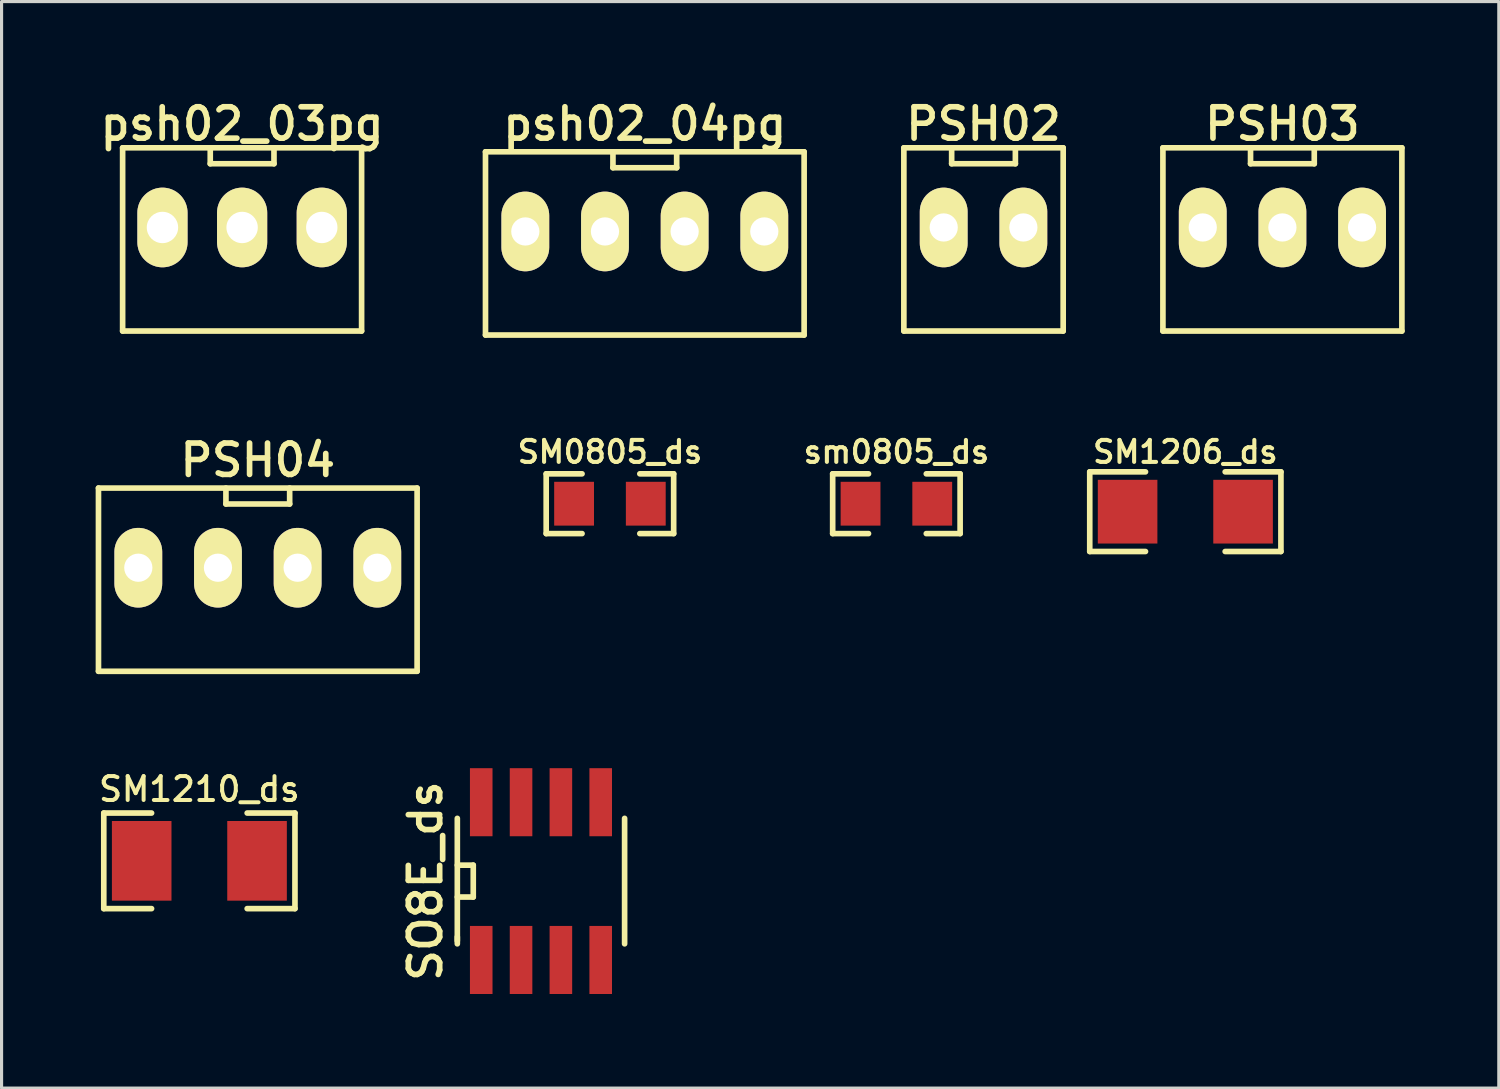
<source format=kicad_pcb>
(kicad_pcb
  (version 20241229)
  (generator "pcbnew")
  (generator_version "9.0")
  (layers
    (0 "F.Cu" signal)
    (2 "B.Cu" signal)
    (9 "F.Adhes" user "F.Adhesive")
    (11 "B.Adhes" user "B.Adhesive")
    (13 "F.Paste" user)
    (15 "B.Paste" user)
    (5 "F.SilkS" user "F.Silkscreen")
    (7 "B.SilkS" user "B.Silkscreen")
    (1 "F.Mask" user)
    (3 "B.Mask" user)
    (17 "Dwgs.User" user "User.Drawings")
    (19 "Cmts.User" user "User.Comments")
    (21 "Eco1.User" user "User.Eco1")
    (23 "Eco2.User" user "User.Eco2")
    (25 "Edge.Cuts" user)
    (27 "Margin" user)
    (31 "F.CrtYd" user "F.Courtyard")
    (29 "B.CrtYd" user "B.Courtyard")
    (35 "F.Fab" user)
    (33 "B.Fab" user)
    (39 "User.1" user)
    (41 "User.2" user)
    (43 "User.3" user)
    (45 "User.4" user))
  (footprint "PSH03"
    (layer "F.Cu")
    (at 37.84 4.203)
    (property "Reference" "PSH03" (at 0 -3.302 0) (layer "F.SilkS") (effects (font (size 1 1) (thickness 0.18))))
    (attr through_hole)
    (fp_line (start -3.81 -2.54) (end -3.81 3.302) (stroke (width 0.18) (type solid)) (layer "F.SilkS"))
    (fp_line (start -3.81 -2.54) (end 3.81 -2.54) (stroke (width 0.18) (type solid)) (layer "F.SilkS"))
    (fp_line (start -3.81 3.302) (end 3.81 3.302) (stroke (width 0.18) (type solid)) (layer "F.SilkS"))
    (fp_line (start -1.016 -2.54) (end -1.016 -2.032) (stroke (width 0.18) (type solid)) (layer "F.SilkS"))
    (fp_line (start -1.016 -2.032) (end 1.016 -2.032) (stroke (width 0.18) (type solid)) (layer "F.SilkS"))
    (fp_line (start 1.016 -2.032) (end 1.016 -2.54) (stroke (width 0.18) (type solid)) (layer "F.SilkS"))
    (fp_line (start 3.81 3.302) (end 3.81 -2.54) (stroke (width 0.18) (type solid)) (layer "F.SilkS"))
    (pad "1" thru_hole oval (at -2.54 0) (size 1.524 2.54) (drill 0.9) (layers "*.Cu" "*.Mask" "F.SilkS"))
    (pad "2" thru_hole oval (at 0 0) (size 1.524 2.54) (drill 0.9) (layers "*.Cu" "*.Mask" "F.SilkS"))
    (pad "3" thru_hole oval (at 2.54 0) (size 1.524 2.54) (drill 0.9) (layers "*.Cu" "*.Mask" "F.SilkS")))
  (footprint "sm0805_ds"
    (layer "F.Cu")
    (at 25.532 13.011)
    (property "Reference" "sm0805_ds" (at 0 -1.651 0) (layer "F.SilkS") (effects (font (size 0.7 0.7) (thickness 0.13))))
    (attr smd)
    (fp_line (start -2.032 -0.953) (end -2.032 0.953) (stroke (width 0.18) (type solid)) (layer "F.SilkS"))
    (fp_line (start -2.032 0.953) (end -0.889 0.953) (stroke (width 0.18) (type solid)) (layer "F.SilkS"))
    (fp_line (start -0.889 -0.953) (end -2.032 -0.953) (stroke (width 0.18) (type solid)) (layer "F.SilkS"))
    (fp_line (start 0.953 -0.953) (end 2.032 -0.953) (stroke (width 0.18) (type solid)) (layer "F.SilkS"))
    (fp_line (start 2.032 -0.953) (end 2.032 0.953) (stroke (width 0.18) (type solid)) (layer "F.SilkS"))
    (fp_line (start 2.032 0.953) (end 0.953 0.953) (stroke (width 0.18) (type solid)) (layer "F.SilkS"))
    (pad "1" smd rect (at -1.143 0) (size 1.27 1.397) (layers "F.Cu" "F.Mask" "F.Paste"))
    (pad "2" smd rect (at 1.143 0) (size 1.27 1.397) (layers "F.Cu" "F.Mask" "F.Paste")))
  (footprint "SM1206_ds"
    (layer "F.Cu")
    (at 34.745 13.265)
    (property "Reference" "SM1206_ds" (at 0 -1.905 0) (layer "F.SilkS") (effects (font (size 0.7 0.7) (thickness 0.13))))
    (attr smd)
    (fp_line (start -3.048 -1.27) (end -3.048 1.27) (stroke (width 0.18) (type solid)) (layer "F.SilkS"))
    (fp_line (start -3.048 1.27) (end -1.27 1.27) (stroke (width 0.18) (type solid)) (layer "F.SilkS"))
    (fp_line (start -1.27 -1.27) (end -3.048 -1.27) (stroke (width 0.18) (type solid)) (layer "F.SilkS"))
    (fp_line (start 1.27 -1.27) (end 3.048 -1.27) (stroke (width 0.18) (type solid)) (layer "F.SilkS"))
    (fp_line (start 3.048 -1.27) (end 3.048 1.27) (stroke (width 0.18) (type solid)) (layer "F.SilkS"))
    (fp_line (start 3.048 1.27) (end 1.27 1.27) (stroke (width 0.18) (type solid)) (layer "F.SilkS"))
    (pad "1" smd rect (at -1.841 0) (size 1.9 2.032) (layers "F.Cu" "F.Mask" "F.Paste"))
    (pad "2" smd rect (at 1.841 0) (size 1.9 2.032) (layers "F.Cu" "F.Mask" "F.Paste")))
  (footprint "PSH04"
    (layer "F.Cu")
    (at 5.17 15.052)
    (property "Reference" "PSH04" (at 0 -3.429 0) (layer "F.SilkS") (effects (font (size 1 1) (thickness 0.18))))
    (attr through_hole)
    (fp_line (start -5.08 -2.54) (end -5.08 3.302) (stroke (width 0.18) (type solid)) (layer "F.SilkS"))
    (fp_line (start -5.08 -2.54) (end 5.08 -2.54) (stroke (width 0.18) (type solid)) (layer "F.SilkS"))
    (fp_line (start -5.08 3.302) (end 5.08 3.302) (stroke (width 0.18) (type solid)) (layer "F.SilkS"))
    (fp_line (start -1.016 -2.54) (end -1.016 -2.032) (stroke (width 0.18) (type solid)) (layer "F.SilkS"))
    (fp_line (start -1.016 -2.032) (end 1.016 -2.032) (stroke (width 0.18) (type solid)) (layer "F.SilkS"))
    (fp_line (start 1.016 -2.032) (end 1.016 -2.54) (stroke (width 0.18) (type solid)) (layer "F.SilkS"))
    (fp_line (start 5.08 3.302) (end 5.08 -2.54) (stroke (width 0.18) (type solid)) (layer "F.SilkS"))
    (pad "1" thru_hole oval (at -3.81 0) (size 1.524 2.54) (drill 0.9) (layers "*.Cu" "*.Mask" "F.SilkS"))
    (pad "2" thru_hole oval (at -1.27 0) (size 1.524 2.54) (drill 0.9) (layers "*.Cu" "*.Mask" "F.SilkS"))
    (pad "3" thru_hole oval (at 1.27 0) (size 1.524 2.54) (drill 0.9) (layers "*.Cu" "*.Mask" "F.SilkS"))
    (pad "4" thru_hole oval (at 3.81 0) (size 1.524 2.54) (drill 0.9) (layers "*.Cu" "*.Mask" "F.SilkS")))
  (footprint "psh02_04pg"
    (layer "F.Cu")
    (at 17.51 4.33)
    (property "Reference" "psh02_04pg" (at 0 -3.429 0) (layer "F.SilkS") (effects (font (size 1 1) (thickness 0.18))))
    (attr through_hole)
    (fp_line (start -5.08 -2.54) (end -5.08 3.302) (stroke (width 0.18) (type solid)) (layer "F.SilkS"))
    (fp_line (start -5.08 -2.54) (end 5.08 -2.54) (stroke (width 0.18) (type solid)) (layer "F.SilkS"))
    (fp_line (start -5.08 3.302) (end 5.08 3.302) (stroke (width 0.18) (type solid)) (layer "F.SilkS"))
    (fp_line (start -1.016 -2.54) (end -1.016 -2.032) (stroke (width 0.18) (type solid)) (layer "F.SilkS"))
    (fp_line (start -1.016 -2.032) (end 1.016 -2.032) (stroke (width 0.18) (type solid)) (layer "F.SilkS"))
    (fp_line (start 1.016 -2.032) (end 1.016 -2.54) (stroke (width 0.18) (type solid)) (layer "F.SilkS"))
    (fp_line (start 5.08 3.302) (end 5.08 -2.54) (stroke (width 0.18) (type solid)) (layer "F.SilkS"))
    (pad "1" thru_hole oval (at -3.81 0) (size 1.524 2.54) (drill 0.9) (layers "*.Cu" "*.Mask" "F.SilkS"))
    (pad "2" thru_hole oval (at -1.27 0) (size 1.524 2.54) (drill 0.9) (layers "*.Cu" "*.Mask" "F.SilkS"))
    (pad "3" thru_hole oval (at 1.27 0) (size 1.524 2.54) (drill 0.9) (layers "*.Cu" "*.Mask" "F.SilkS"))
    (pad "4" thru_hole oval (at 3.81 0) (size 1.524 2.54) (drill 0.9) (layers "*.Cu" "*.Mask" "F.SilkS")))
  (footprint "SM0805_ds"
    (layer "F.Cu")
    (at 16.398 13.011)
    (property "Reference" "SM0805_ds" (at 0 -1.651 0) (layer "F.SilkS") (effects (font (size 0.7 0.7) (thickness 0.13))))
    (attr smd)
    (fp_line (start -2.032 -0.953) (end -2.032 0.953) (stroke (width 0.18) (type solid)) (layer "F.SilkS"))
    (fp_line (start -2.032 0.953) (end -0.889 0.953) (stroke (width 0.18) (type solid)) (layer "F.SilkS"))
    (fp_line (start -0.889 -0.953) (end -2.032 -0.953) (stroke (width 0.18) (type solid)) (layer "F.SilkS"))
    (fp_line (start 0.953 -0.953) (end 2.032 -0.953) (stroke (width 0.18) (type solid)) (layer "F.SilkS"))
    (fp_line (start 2.032 -0.953) (end 2.032 0.953) (stroke (width 0.18) (type solid)) (layer "F.SilkS"))
    (fp_line (start 2.032 0.953) (end 0.953 0.953) (stroke (width 0.18) (type solid)) (layer "F.SilkS"))
    (pad "1" smd rect (at -1.143 0) (size 1.27 1.397) (layers "F.Cu" "F.Mask" "F.Paste"))
    (pad "2" smd rect (at 1.143 0) (size 1.27 1.397) (layers "F.Cu" "F.Mask" "F.Paste")))
  (footprint "psh02_03pg"
    (layer "F.Cu")
    (at 4.67 4.203)
    (property "Reference" "psh02_03pg" (at 0 -3.302 0) (layer "F.SilkS") (effects (font (size 1 1) (thickness 0.18))))
    (attr through_hole)
    (fp_line (start -3.81 -2.54) (end -3.81 3.302) (stroke (width 0.18) (type solid)) (layer "F.SilkS"))
    (fp_line (start -3.81 -2.54) (end 3.81 -2.54) (stroke (width 0.18) (type solid)) (layer "F.SilkS"))
    (fp_line (start -3.81 3.302) (end 3.81 3.302) (stroke (width 0.18) (type solid)) (layer "F.SilkS"))
    (fp_line (start -1.016 -2.54) (end -1.016 -2.032) (stroke (width 0.18) (type solid)) (layer "F.SilkS"))
    (fp_line (start -1.016 -2.032) (end 1.016 -2.032) (stroke (width 0.18) (type solid)) (layer "F.SilkS"))
    (fp_line (start 1.016 -2.032) (end 1.016 -2.54) (stroke (width 0.18) (type solid)) (layer "F.SilkS"))
    (fp_line (start 3.81 3.302) (end 3.81 -2.54) (stroke (width 0.18) (type solid)) (layer "F.SilkS"))
    (pad "1" thru_hole oval (at -2.54 0) (size 1.6 2.54) (drill 1) (layers "*.Cu" "*.Mask" "F.SilkS"))
    (pad "2" thru_hole oval (at 0 0) (size 1.6 2.54) (drill 1) (layers "*.Cu" "*.Mask" "F.SilkS"))
    (pad "3" thru_hole oval (at 2.54 0) (size 1.6 2.54) (drill 1) (layers "*.Cu" "*.Mask" "F.SilkS")))
  (footprint "SO8E_ds"
    (layer "F.Cu")
    (at 14.199 25.044)
    (property "Reference" "SO8E_ds" (at -3.683 0 90) (layer "F.SilkS") (effects (font (size 1 1) (thickness 0.18))))
    (attr smd)
    (fp_line (start -2.667 -2) (end -2.667 2) (stroke (width 0.18) (type solid)) (layer "F.SilkS"))
    (fp_line (start -2.667 -0.508) (end -2.159 -0.508) (stroke (width 0.18) (type solid)) (layer "F.SilkS"))
    (fp_line (start -2.667 1.778) (end -2.667 1.905) (stroke (width 0.18) (type solid)) (layer "F.SilkS"))
    (fp_line (start -2.159 -0.508) (end -2.159 0.508) (stroke (width 0.18) (type solid)) (layer "F.SilkS"))
    (fp_line (start -2.159 0.508) (end -2.667 0.508) (stroke (width 0.18) (type solid)) (layer "F.SilkS"))
    (fp_line (start 2.667 -2) (end 2.667 2) (stroke (width 0.18) (type solid)) (layer "F.SilkS"))
    (pad "1" smd rect (at -1.905 2.515) (size 0.72 2.17) (layers "F.Cu" "F.Mask" "F.Paste"))
    (pad "2" smd rect (at -0.635 2.515) (size 0.72 2.17) (layers "F.Cu" "F.Mask" "F.Paste"))
    (pad "3" smd rect (at 0.635 2.515) (size 0.72 2.17) (layers "F.Cu" "F.Mask" "F.Paste"))
    (pad "4" smd rect (at 1.905 2.515) (size 0.72 2.17) (layers "F.Cu" "F.Mask" "F.Paste"))
    (pad "5" smd rect (at 1.905 -2.515) (size 0.72 2.17) (layers "F.Cu" "F.Mask" "F.Paste"))
    (pad "6" smd rect (at 0.635 -2.515) (size 0.72 2.17) (layers "F.Cu" "F.Mask" "F.Paste"))
    (pad "7" smd rect (at -0.635 -2.515) (size 0.72 2.17) (layers "F.Cu" "F.Mask" "F.Paste"))
    (pad "8" smd rect (at -1.905 -2.515) (size 0.72 2.17) (layers "F.Cu" "F.Mask" "F.Paste")))
  (footprint "PSH02"
    (layer "F.Cu")
    (at 28.31 4.203)
    (property "Reference" "PSH02" (at 0 -3.302 0) (layer "F.SilkS") (effects (font (size 1 1) (thickness 0.18))))
    (attr through_hole)
    (fp_line (start -2.54 -2.54) (end -2.54 3.302) (stroke (width 0.18) (type solid)) (layer "F.SilkS"))
    (fp_line (start -2.54 3.302) (end 2.54 3.302) (stroke (width 0.18) (type solid)) (layer "F.SilkS"))
    (fp_line (start -1.016 -2.54) (end -1.016 -2.032) (stroke (width 0.18) (type solid)) (layer "F.SilkS"))
    (fp_line (start -1.016 -2.032) (end 1.016 -2.032) (stroke (width 0.18) (type solid)) (layer "F.SilkS"))
    (fp_line (start 1.016 -2.032) (end 1.016 -2.54) (stroke (width 0.18) (type solid)) (layer "F.SilkS"))
    (fp_line (start 2.54 -2.54) (end -2.54 -2.54) (stroke (width 0.18) (type solid)) (layer "F.SilkS"))
    (fp_line (start 2.54 3.302) (end 2.54 -2.54) (stroke (width 0.18) (type solid)) (layer "F.SilkS"))
    (pad "1" thru_hole oval (at -1.27 0) (size 1.524 2.54) (drill 0.9) (layers "*.Cu" "*.Mask" "F.SilkS"))
    (pad "2" thru_hole oval (at 1.27 0) (size 1.524 2.54) (drill 0.9) (layers "*.Cu" "*.Mask" "F.SilkS")))
  (footprint "SM1210_ds"
    (layer "F.Cu")
    (at 3.307 24.398)
    (property "Reference" "SM1210_ds" (at 0 -2.286 0) (layer "F.SilkS") (effects (font (size 0.762 0.762) (thickness 0.127))))
    (attr smd)
    (fp_line (start -3.048 -1.524) (end -3.048 1.524) (stroke (width 0.18) (type solid)) (layer "F.SilkS"))
    (fp_line (start -3.048 1.524) (end -1.524 1.524) (stroke (width 0.18) (type solid)) (layer "F.SilkS"))
    (fp_line (start -1.524 -1.524) (end -3.048 -1.524) (stroke (width 0.18) (type solid)) (layer "F.SilkS"))
    (fp_line (start 1.524 1.524) (end 3.048 1.524) (stroke (width 0.18) (type solid)) (layer "F.SilkS"))
    (fp_line (start 3.048 -1.524) (end 1.524 -1.524) (stroke (width 0.18) (type solid)) (layer "F.SilkS"))
    (fp_line (start 3.048 -1.524) (end 3.048 1.524) (stroke (width 0.18) (type solid)) (layer "F.SilkS"))
    (pad "1" smd rect (at -1.839 0) (size 1.9 2.54) (layers "F.Cu" "F.Mask" "F.Paste"))
    (pad "2" smd rect (at 1.839 0) (size 1.9 2.54) (layers "F.Cu" "F.Mask" "F.Paste")))
  (gr_rect
    (start -3 -3)
    (end 44.74 31.644)
    (stroke (width 0.1) (type default))
    (fill no)
    (layer "Edge.Cuts")))
</source>
